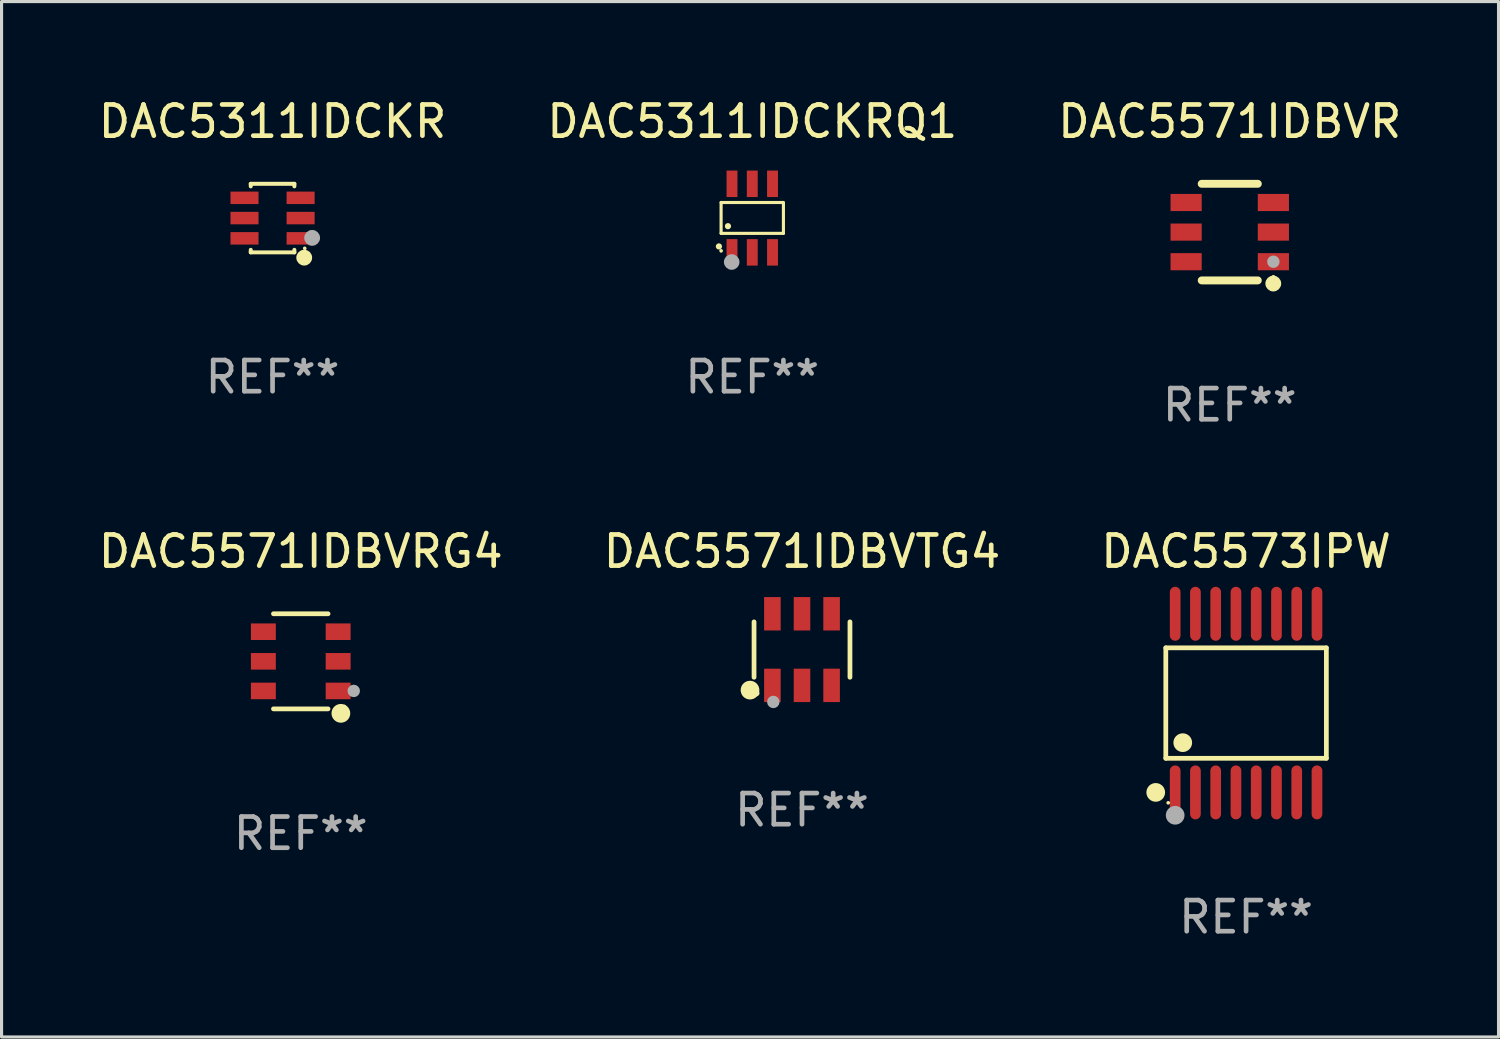
<source format=kicad_pcb>
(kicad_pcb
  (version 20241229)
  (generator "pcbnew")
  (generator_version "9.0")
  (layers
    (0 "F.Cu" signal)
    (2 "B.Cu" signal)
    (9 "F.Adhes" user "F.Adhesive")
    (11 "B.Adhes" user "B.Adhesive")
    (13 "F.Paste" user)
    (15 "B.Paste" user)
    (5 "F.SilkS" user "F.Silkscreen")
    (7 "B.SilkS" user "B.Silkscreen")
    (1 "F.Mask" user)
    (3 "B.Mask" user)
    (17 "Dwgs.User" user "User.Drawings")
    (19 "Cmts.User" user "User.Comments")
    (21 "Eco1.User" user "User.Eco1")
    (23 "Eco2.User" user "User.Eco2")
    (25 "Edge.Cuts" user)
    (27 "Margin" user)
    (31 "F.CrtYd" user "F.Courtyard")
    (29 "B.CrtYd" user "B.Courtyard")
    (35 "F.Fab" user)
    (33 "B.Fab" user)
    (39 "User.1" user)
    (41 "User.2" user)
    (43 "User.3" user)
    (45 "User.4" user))
  (footprint "DAC5571IDBVRG4"
    (layer "F.Cu")
    (at 6.601 18.171)
    (property "Reference" "DAC5571IDBVRG4" (at 0 -3.526 0) (layer "F.SilkS") (effects (font (size 1 1) (thickness 0.15))))
    (attr through_hole)
    (fp_line (start 0.876 -1.526) (end -0.876 -1.526) (stroke (width 0.152) (type solid)) (layer "F.SilkS"))
    (fp_line (start 0.876 1.526) (end -0.876 1.526) (stroke (width 0.152) (type solid)) (layer "F.SilkS"))
    (fp_circle (center 1.287 1.669) (end 1.438 1.669) (stroke (width 0.3) (type solid)) (fill no) (layer "F.SilkS"))
    (fp_circle (center 1.4 1.45) (end 1.43 1.45) (stroke (width 0.06) (type solid)) (fill no) (layer "F.SilkS"))
    (fp_circle (center 1.7 0.95) (end 1.8 0.95) (stroke (width 0.2) (type solid)) (fill no) (layer "F.Fab"))
    (fp_text user "REF**" (at 0 5.526 0) (layer "F.Fab") (effects (font (size 1 1) (thickness 0.15))))
    (pad "1" smd rect (at 1.2 0.95) (size 0.8 0.532) (layers "F.Cu" "F.Mask" "F.Paste"))
    (pad "2" smd rect (at 1.2 0) (size 0.8 0.532) (layers "F.Cu" "F.Mask" "F.Paste"))
    (pad "3" smd rect (at 1.2 -0.95) (size 0.8 0.532) (layers "F.Cu" "F.Mask" "F.Paste"))
    (pad "4" smd rect (at -1.2 -0.95) (size 0.8 0.532) (layers "F.Cu" "F.Mask" "F.Paste"))
    (pad "5" smd rect (at -1.2 0) (size 0.8 0.532) (layers "F.Cu" "F.Mask" "F.Paste"))
    (pad "6" smd rect (at -1.2 0.95) (size 0.8 0.532) (layers "F.Cu" "F.Mask" "F.Paste")))
  (footprint "DAC5573IPW"
    (layer "F.Cu")
    (at 36.935 19.511)
    (property "Reference" "DAC5573IPW" (at 0 -4.866 0) (layer "F.SilkS") (effects (font (size 1 1) (thickness 0.15))))
    (attr through_hole)
    (fp_line (start -2.576 -1.772) (end 2.576 -1.772) (stroke (width 0.152) (type solid)) (layer "F.SilkS"))
    (fp_line (start -2.576 1.771) (end -2.576 -1.772) (stroke (width 0.152) (type solid)) (layer "F.SilkS"))
    (fp_line (start 2.576 -1.772) (end 2.576 1.771) (stroke (width 0.152) (type solid)) (layer "F.SilkS"))
    (fp_line (start 2.576 1.771) (end -2.576 1.771) (stroke (width 0.152) (type solid)) (layer "F.SilkS"))
    (fp_circle (center -2.899 2.866) (end -2.749 2.866) (stroke (width 0.3) (type solid)) (fill no) (layer "F.SilkS"))
    (fp_circle (center -2.5 3.2) (end -2.47 3.2) (stroke (width 0.06) (type solid)) (fill no) (layer "F.SilkS"))
    (fp_circle (center -2.032 1.27) (end -1.882 1.27) (stroke (width 0.3) (type solid)) (fill no) (layer "F.SilkS"))
    (fp_circle (center -2.275 3.6) (end -2.125 3.6) (stroke (width 0.3) (type solid)) (fill no) (layer "F.Fab"))
    (fp_text user "REF**" (at 0 6.866 0) (layer "F.Fab") (effects (font (size 1 1) (thickness 0.15))))
    (pad "1" smd oval (at -2.275 2.866) (size 0.343 1.731) (layers "F.Cu" "F.Mask" "F.Paste"))
    (pad "2" smd oval (at -1.625 2.866) (size 0.343 1.731) (layers "F.Cu" "F.Mask" "F.Paste"))
    (pad "3" smd oval (at -0.975 2.866) (size 0.343 1.731) (layers "F.Cu" "F.Mask" "F.Paste"))
    (pad "4" smd oval (at -0.325 2.866) (size 0.343 1.731) (layers "F.Cu" "F.Mask" "F.Paste"))
    (pad "5" smd oval (at 0.325 2.866) (size 0.343 1.731) (layers "F.Cu" "F.Mask" "F.Paste"))
    (pad "6" smd oval (at 0.975 2.866) (size 0.343 1.731) (layers "F.Cu" "F.Mask" "F.Paste"))
    (pad "7" smd oval (at 1.625 2.866) (size 0.343 1.731) (layers "F.Cu" "F.Mask" "F.Paste"))
    (pad "8" smd oval (at 2.275 2.866) (size 0.343 1.731) (layers "F.Cu" "F.Mask" "F.Paste"))
    (pad "9" smd oval (at 2.275 -2.866) (size 0.343 1.731) (layers "F.Cu" "F.Mask" "F.Paste"))
    (pad "10" smd oval (at 1.625 -2.866) (size 0.343 1.731) (layers "F.Cu" "F.Mask" "F.Paste"))
    (pad "11" smd oval (at 0.975 -2.866) (size 0.343 1.731) (layers "F.Cu" "F.Mask" "F.Paste"))
    (pad "12" smd oval (at 0.325 -2.866) (size 0.343 1.731) (layers "F.Cu" "F.Mask" "F.Paste"))
    (pad "13" smd oval (at -0.325 -2.866) (size 0.343 1.731) (layers "F.Cu" "F.Mask" "F.Paste"))
    (pad "14" smd oval (at -0.975 -2.866) (size 0.343 1.731) (layers "F.Cu" "F.Mask" "F.Paste"))
    (pad "15" smd oval (at -1.625 -2.866) (size 0.343 1.731) (layers "F.Cu" "F.Mask" "F.Paste"))
    (pad "16" smd oval (at -2.275 -2.866) (size 0.343 1.731) (layers "F.Cu" "F.Mask" "F.Paste")))
  (footprint "DAC5311IDCKR"
    (layer "F.Cu")
    (at 5.696 3.948)
    (property "Reference" "DAC5311IDCKR" (at 0 -3.1 0) (layer "F.SilkS") (effects (font (size 1 1) (thickness 0.15))))
    (attr through_hole)
    (fp_line (start -0.7 -1.018) (end -0.7 -1.1) (stroke (width 0.127) (type solid)) (layer "F.SilkS"))
    (fp_line (start -0.7 1.1) (end -0.7 1.018) (stroke (width 0.127) (type solid)) (layer "F.SilkS"))
    (fp_line (start 0.7 -1.1) (end -0.7 -1.1) (stroke (width 0.127) (type solid)) (layer "F.SilkS"))
    (fp_line (start 0.7 -1.018) (end 0.7 -1.1) (stroke (width 0.127) (type solid)) (layer "F.SilkS"))
    (fp_line (start 0.7 1.1) (end -0.7 1.1) (stroke (width 0.127) (type solid)) (layer "F.SilkS"))
    (fp_line (start 0.7 1.1) (end 0.7 1.018) (stroke (width 0.127) (type solid)) (layer "F.SilkS"))
    (fp_circle (center 1.016 1.27) (end 1.143 1.27) (stroke (width 0.254) (type solid)) (fill no) (layer "F.SilkS"))
    (fp_circle (center 1.032 0.97) (end 1.062 0.97) (stroke (width 0.06) (type solid)) (fill no) (layer "F.SilkS"))
    (fp_circle (center 1.27 0.635) (end 1.397 0.635) (stroke (width 0.254) (type solid)) (fill no) (layer "F.Fab"))
    (fp_text user "REF**" (at 0 5.1 0) (layer "F.Fab") (effects (font (size 1 1) (thickness 0.15))))
    (pad "1" smd rect (at 0.9 0.65 90) (size 0.4 0.9) (layers "F.Cu" "F.Mask" "F.Paste"))
    (pad "2" smd rect (at 0.9 -0.000102 90) (size 0.4 0.9) (layers "F.Cu" "F.Mask" "F.Paste"))
    (pad "3" smd rect (at 0.9 -0.65 90) (size 0.4 0.9) (layers "F.Cu" "F.Mask" "F.Paste"))
    (pad "4" smd rect (at -0.9 -0.65 90) (size 0.4 0.9) (layers "F.Cu" "F.Mask" "F.Paste"))
    (pad "5" smd rect (at -0.9 -0.000102 90) (size 0.4 0.9) (layers "F.Cu" "F.Mask" "F.Paste"))
    (pad "6" smd rect (at -0.9 0.65 90) (size 0.4 0.9) (layers "F.Cu" "F.Mask" "F.Paste")))
  (footprint "DAC5571IDBVR"
    (layer "F.Cu")
    (at 36.411 4.398)
    (property "Reference" "DAC5571IDBVR" (at 0 -3.55 0) (layer "F.SilkS") (effects (font (size 1 1) (thickness 0.15))))
    (attr through_hole)
    (fp_line (start -0.9 -1.55) (end 0.9 -1.55) (stroke (width 0.254) (type solid)) (layer "F.SilkS"))
    (fp_line (start -0.9 1.55) (end 0.9 1.55) (stroke (width 0.254) (type solid)) (layer "F.SilkS"))
    (fp_circle (center 1.397 1.651) (end 1.524 1.651) (stroke (width 0.254) (type solid)) (fill no) (layer "F.SilkS"))
    (fp_circle (center 1.4 1.435) (end 1.43 1.435) (stroke (width 0.06) (type solid)) (fill no) (layer "F.SilkS"))
    (fp_circle (center 1.4 0.95) (end 1.5 0.95) (stroke (width 0.2) (type solid)) (fill no) (layer "F.Fab"))
    (fp_text user "REF**" (at 0 5.55 0) (layer "F.Fab") (effects (font (size 1 1) (thickness 0.15))))
    (pad "1" smd rect (at 1.4 0.95) (size 1 0.55) (layers "F.Cu" "F.Mask" "F.Paste"))
    (pad "2" smd rect (at 1.4 -0.000102) (size 1 0.55) (layers "F.Cu" "F.Mask" "F.Paste"))
    (pad "3" smd rect (at 1.4 -0.95) (size 1 0.55) (layers "F.Cu" "F.Mask" "F.Paste"))
    (pad "4" smd rect (at -1.4 -0.95) (size 1 0.55) (layers "F.Cu" "F.Mask" "F.Paste"))
    (pad "5" smd rect (at -1.4 -0.000102) (size 1 0.55) (layers "F.Cu" "F.Mask" "F.Paste"))
    (pad "6" smd rect (at -1.4 0.95) (size 1 0.55) (layers "F.Cu" "F.Mask" "F.Paste")))
  (footprint "DAC5311IDCKRQ1"
    (layer "F.Cu")
    (at 21.089 3.948)
    (property "Reference" "DAC5311IDCKRQ1" (at 0 -3.1 0) (layer "F.SilkS") (effects (font (size 1 1) (thickness 0.15))))
    (attr through_hole)
    (fp_line (start -1 -0.5) (end -1 0.49) (stroke (width 0.1) (type solid)) (layer "F.SilkS"))
    (fp_line (start -1 0.49) (end 1 0.49) (stroke (width 0.1) (type solid)) (layer "F.SilkS"))
    (fp_line (start 0.99 -0.5) (end -1 -0.5) (stroke (width 0.1) (type solid)) (layer "F.SilkS"))
    (fp_line (start 1 -0.49) (end 0.99 -0.5) (stroke (width 0.1) (type solid)) (layer "F.SilkS"))
    (fp_line (start 1 0.49) (end 1 -0.49) (stroke (width 0.1) (type solid)) (layer "F.SilkS"))
    (fp_circle (center -1.07 0.91) (end -1.02 0.91) (stroke (width 0.1) (type solid)) (fill no) (layer "F.SilkS"))
    (fp_circle (center -1 1.05) (end -0.97 1.05) (stroke (width 0.06) (type solid)) (fill no) (layer "F.SilkS"))
    (fp_circle (center -0.78 0.26) (end -0.73 0.26) (stroke (width 0.1) (type solid)) (fill no) (layer "F.SilkS"))
    (fp_circle (center -0.66 1.41) (end -0.535 1.41) (stroke (width 0.25) (type solid)) (fill no) (layer "F.Fab"))
    (fp_text user "REF**" (at 0 5.1 0) (layer "F.Fab") (effects (font (size 1 1) (thickness 0.15))))
    (pad "1" smd rect (at -0.65 1.1) (size 0.35 0.85) (layers "F.Cu" "F.Mask" "F.Paste"))
    (pad "2" smd rect (at 0 1.1) (size 0.35 0.85) (layers "F.Cu" "F.Mask" "F.Paste"))
    (pad "3" smd rect (at 0.65 1.1) (size 0.35 0.85) (layers "F.Cu" "F.Mask" "F.Paste"))
    (pad "4" smd rect (at 0.65 -1.1) (size 0.35 0.85) (layers "F.Cu" "F.Mask" "F.Paste"))
    (pad "5" smd rect (at 0 -1.1) (size 0.35 0.85) (layers "F.Cu" "F.Mask" "F.Paste"))
    (pad "6" smd rect (at -0.65 -1.1) (size 0.35 0.85) (layers "F.Cu" "F.Mask" "F.Paste")))
  (footprint "DAC5571IDBVTG4"
    (layer "F.Cu")
    (at 22.685 17.794)
    (property "Reference" "DAC5571IDBVTG4" (at 0 -3.149 0) (layer "F.SilkS") (effects (font (size 1 1) (thickness 0.15))))
    (attr through_hole)
    (fp_line (start -1.539 0.889) (end -1.539 -0.889) (stroke (width 0.152) (type solid)) (layer "F.SilkS"))
    (fp_line (start 1.539 0.889) (end 1.539 -0.889) (stroke (width 0.152) (type solid)) (layer "F.SilkS"))
    (fp_circle (center -1.668 1.301) (end -1.518 1.301) (stroke (width 0.3) (type solid)) (fill no) (layer "F.SilkS"))
    (fp_circle (center -1.463 1.4) (end -1.413 1.4) (stroke (width 0.1) (type solid)) (fill no) (layer "F.SilkS"))
    (fp_circle (center -0.92 1.68) (end -0.82 1.68) (stroke (width 0.2) (type solid)) (fill no) (layer "F.Fab"))
    (fp_text user "REF**" (at 0 5.149 0) (layer "F.Fab") (effects (font (size 1 1) (thickness 0.15))))
    (pad "1" smd rect (at -0.95 1.149) (size 0.532 1.072) (layers "F.Cu" "F.Mask" "F.Paste"))
    (pad "2" smd rect (at 0 1.149) (size 0.532 1.072) (layers "F.Cu" "F.Mask" "F.Paste"))
    (pad "3" smd rect (at 0.95 1.149) (size 0.532 1.072) (layers "F.Cu" "F.Mask" "F.Paste"))
    (pad "4" smd rect (at 0.95 -1.149) (size 0.532 1.072) (layers "F.Cu" "F.Mask" "F.Paste"))
    (pad "5" smd rect (at 0 -1.149) (size 0.532 1.072) (layers "F.Cu" "F.Mask" "F.Paste"))
    (pad "6" smd rect (at -0.95 -1.149) (size 0.532 1.072) (layers "F.Cu" "F.Mask" "F.Paste")))
  (gr_rect
    (start -3 -3)
    (end 45.036 30.225)
    (stroke (width 0.1) (type default))
    (fill no)
    (layer "Edge.Cuts")))
</source>
